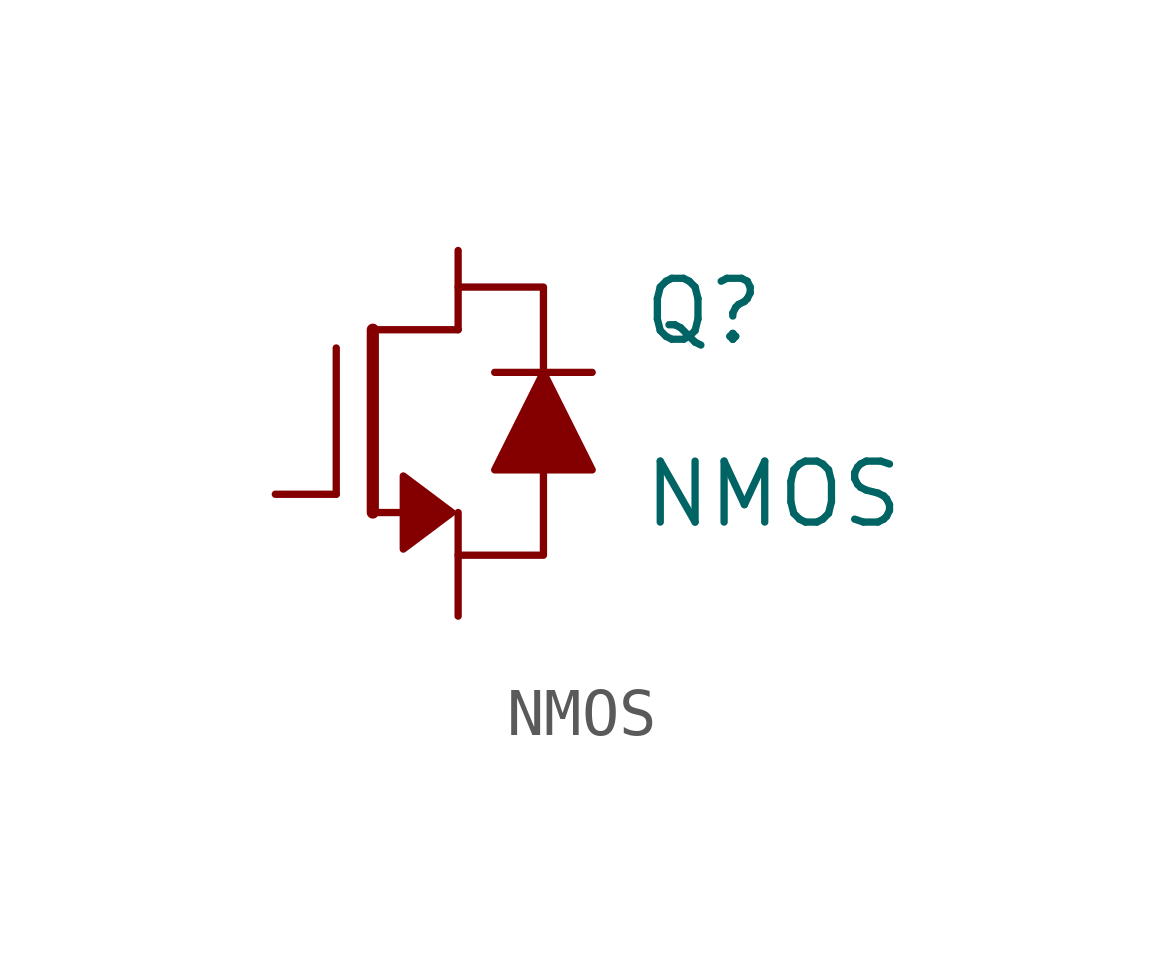
<source format=kicad_sym>
(kicad_symbol_lib
  (version 20211014)
  (generator kicad_symbol_editor)
  (symbol "NMOS"
    (pin_numbers hide)
    (pin_names
      (offset 0.025) hide)
    (property "Reference" "Q"
      (at 3.81 2.54 0)
      (effects (font (size 1.27 1.27)) (justify left)))
    (property "Value" "NMOS"
      (at 3.81 -1.27 0)
      (effects (font (size 1.27 1.27)) (justify left)))
    (symbol "NMOS_0_1"
      (polyline (pts (xy -2.54 -1.27) (xy -2.54 1.778)) (stroke (width 0) (type default) (color 0 0 0 0)) (fill (type none)))
      (polyline (pts (xy -1.778 -1.651) (xy -1.778 2.159)) (stroke (width 0.254) (type default) (color 0 0 0 0)) (fill (type none)))
      (polyline (pts (xy -1.651 -1.651) (xy -1.016 -1.651)) (stroke (width 0) (type default) (color 0 0 0 0)) (fill (type none)))
      (polyline (pts (xy 0 2.159) (xy -1.778 2.159)) (stroke (width 0) (type default) (color 0 0 0 0)) (fill (type none)))
      (polyline (pts (xy 0.762 1.27) (xy 2.794 1.27)) (stroke (width 0) (type default) (color 0 0 0 0)) (fill (type none)))
      (polyline (pts (xy 0 -2.54) (xy 1.778 -2.54) (xy 1.778 -0.762)) (stroke (width 0) (type default) (color 0 0 0 0)) (fill (type none)))
      (polyline (pts (xy 1.778 1.27) (xy 1.778 3.048) (xy 0 3.048)) (stroke (width 0) (type default) (color 0 0 0 0)) (fill (type none)))
      (polyline (pts (xy -0.127 -1.651) (xy -1.143 -0.889) (xy -1.143 -2.413) (xy -0.127 -1.651)) (stroke (width 0) (type default) (color 0 0 0 0)) (fill (type outline)))
      (polyline (pts (xy 0.762 -0.762) (xy 2.794 -0.762) (xy 1.778 1.27) (xy 0.762 -0.762)) (stroke (width 0) (type default) (color 0 0 0 0)) (fill (type outline))))
    (symbol "NMOS_1_1"
      (pin input line (at 0 3.81 270) (length 1.651) (name "~" (effects (font (size 1.27 1.27)))) (number "D" (effects (font (size 1.016 1.016)))))
      (pin input line (at -3.81 -1.27 0) (length 1.27) (name "~" (effects (font (size 1.27 1.27)))) (number "G" (effects (font (size 1.016 1.016)))))
      (pin input line (at 0 -3.81 90) (length 2.159) (name "~" (effects (font (size 1.27 1.27)))) (number "S" (effects (font (size 1.016 1.016))))))))
</source>
